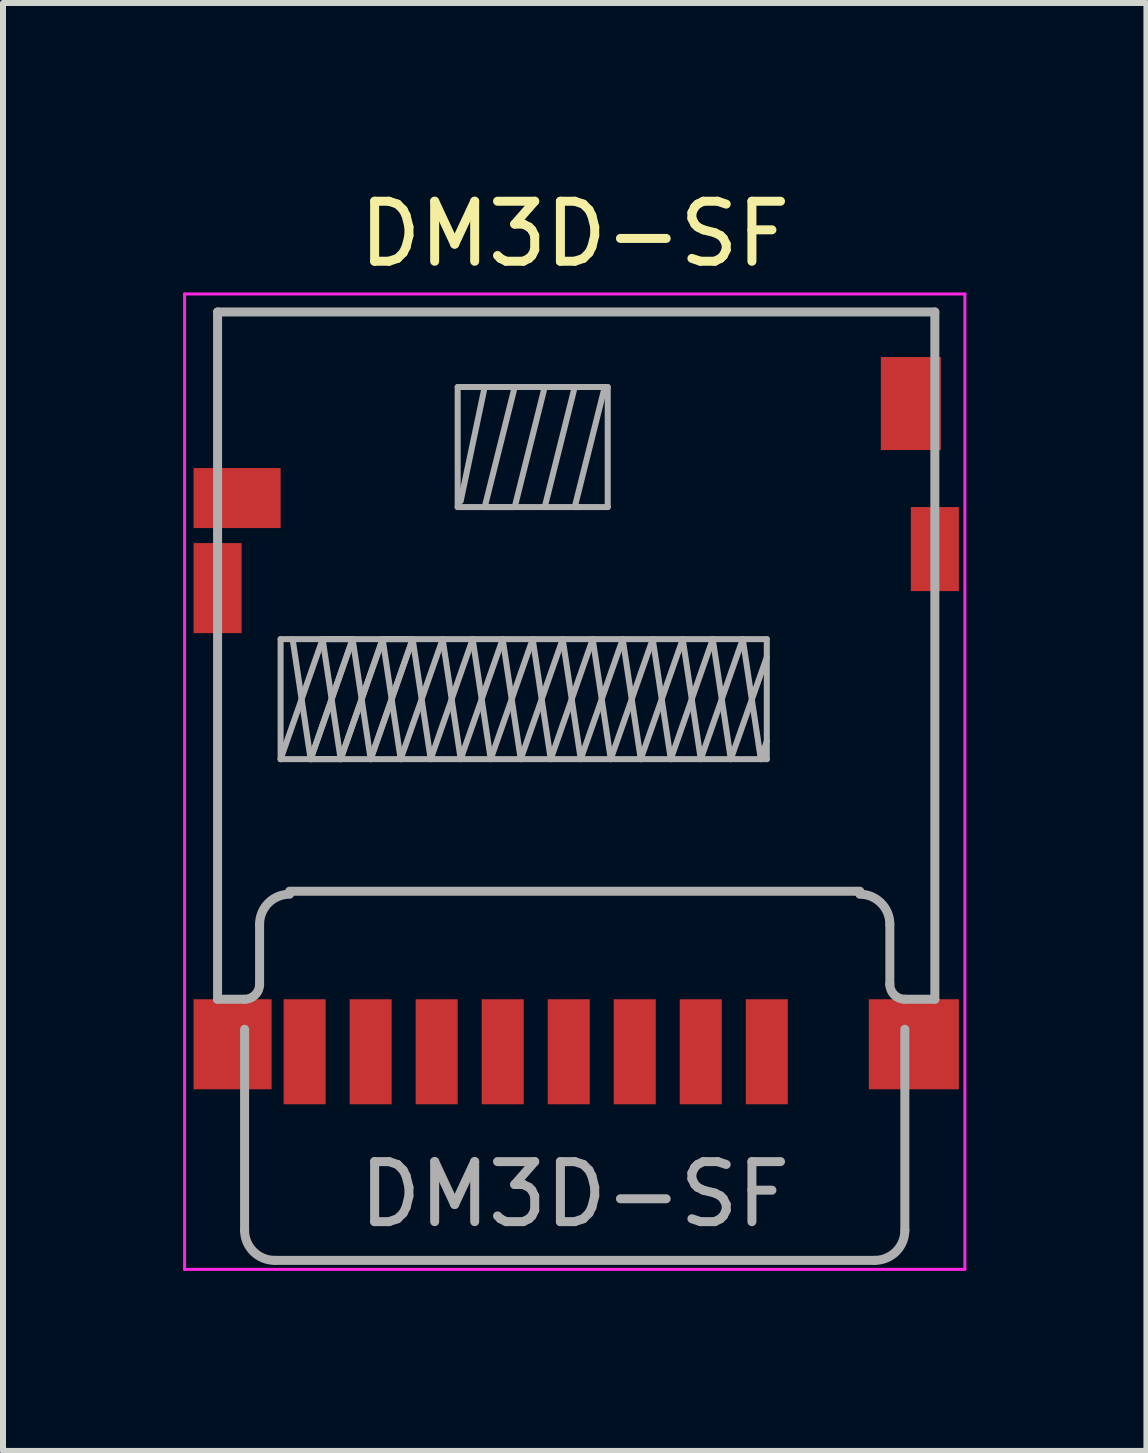
<source format=kicad_pcb>
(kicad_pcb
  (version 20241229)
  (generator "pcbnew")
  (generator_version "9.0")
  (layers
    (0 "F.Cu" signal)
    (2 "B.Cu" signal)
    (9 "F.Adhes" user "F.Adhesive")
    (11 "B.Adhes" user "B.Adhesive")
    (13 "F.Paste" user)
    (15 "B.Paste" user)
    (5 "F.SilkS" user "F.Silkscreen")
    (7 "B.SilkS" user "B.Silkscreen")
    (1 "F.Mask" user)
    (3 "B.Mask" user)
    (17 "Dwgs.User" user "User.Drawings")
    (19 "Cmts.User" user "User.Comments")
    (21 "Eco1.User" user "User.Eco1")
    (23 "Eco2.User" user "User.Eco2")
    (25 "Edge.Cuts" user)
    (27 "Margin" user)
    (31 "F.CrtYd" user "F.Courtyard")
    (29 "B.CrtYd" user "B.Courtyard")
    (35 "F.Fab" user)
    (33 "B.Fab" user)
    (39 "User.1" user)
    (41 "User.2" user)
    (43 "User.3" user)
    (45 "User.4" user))
  (footprint "DM3D-SF"
    (layer "F.Cu")
    (at 6.525 13.598)
    (property "Reference" "DM3D-SF" (at 0 -12.75 0) (layer "F.SilkS") (effects (font (size 1 1) (thickness 0.15))))
    (attr smd)
    (fp_line (start -6.5 -11.75) (end 6.5 -11.75) (stroke (width 0.05) (type solid)) (layer "F.CrtYd"))
    (fp_line (start -6.5 4.5) (end -6.5 -11.75) (stroke (width 0.05) (type solid)) (layer "F.CrtYd"))
    (fp_line (start 6.5 -11.75) (end 6.5 4.5) (stroke (width 0.05) (type solid)) (layer "F.CrtYd"))
    (fp_line (start 6.5 4.5) (end -6.5 4.5) (stroke (width 0.05) (type solid)) (layer "F.CrtYd"))
    (fp_line (start -5.95 -11.45) (end 6 -11.45) (stroke (width 0.15) (type solid)) (layer "F.Fab"))
    (fp_line (start -5.95 0) (end -5.95 -11.45) (stroke (width 0.15) (type solid)) (layer "F.Fab"))
    (fp_line (start -5.95 0) (end -5.5 0) (stroke (width 0.15) (type solid)) (layer "F.Fab"))
    (fp_line (start -5.5 0.5) (end -5.5 3.85) (stroke (width 0.15) (type solid)) (layer "F.Fab"))
    (fp_line (start -5.25 -0.25) (end -5.25 -1.25) (stroke (width 0.15) (type solid)) (layer "F.Fab"))
    (fp_line (start -5 4.35) (end 5 4.35) (stroke (width 0.15) (type solid)) (layer "F.Fab"))
    (fp_line (start -4.9 -6) (end -4.9 -4) (stroke (width 0.1) (type solid)) (layer "F.Fab"))
    (fp_line (start -4.9 -6) (end 3.2 -6) (stroke (width 0.1) (type solid)) (layer "F.Fab"))
    (fp_line (start -4.9 -4) (end -4.2 -6) (stroke (width 0.1) (type solid)) (layer "F.Fab"))
    (fp_line (start -4.9 -4) (end 3.2 -4) (stroke (width 0.1) (type solid)) (layer "F.Fab"))
    (fp_line (start -4.75 -1.8) (end 4.75 -1.8) (stroke (width 0.15) (type solid)) (layer "F.Fab"))
    (fp_line (start -4.7 -6) (end -4.4 -4) (stroke (width 0.1) (type solid)) (layer "F.Fab"))
    (fp_line (start -4.4 -4) (end -3.9 -4) (stroke (width 0.1) (type solid)) (layer "F.Fab"))
    (fp_line (start -4.4 -4) (end -3.7 -6) (stroke (width 0.1) (type solid)) (layer "F.Fab"))
    (fp_line (start -4.2 -6) (end -3.9 -4) (stroke (width 0.1) (type solid)) (layer "F.Fab"))
    (fp_line (start -4.2 -6) (end -3.7 -6) (stroke (width 0.1) (type solid)) (layer "F.Fab"))
    (fp_line (start -3.9 -4) (end -3.2 -6) (stroke (width 0.1) (type solid)) (layer "F.Fab"))
    (fp_line (start -3.9 -4) (end -3.2 -6) (stroke (width 0.1) (type solid)) (layer "F.Fab"))
    (fp_line (start -3.7 -6) (end -4.4 -4) (stroke (width 0.1) (type solid)) (layer "F.Fab"))
    (fp_line (start -3.7 -6) (end -3.4 -4) (stroke (width 0.1) (type solid)) (layer "F.Fab"))
    (fp_line (start -3.4 -4) (end -2.7 -6) (stroke (width 0.1) (type solid)) (layer "F.Fab"))
    (fp_line (start -3.2 -6) (end -2.9 -4) (stroke (width 0.1) (type solid)) (layer "F.Fab"))
    (fp_line (start -3.2 -6) (end -2.7 -6) (stroke (width 0.1) (type solid)) (layer "F.Fab"))
    (fp_line (start -2.9 -4) (end -2.2 -6) (stroke (width 0.1) (type solid)) (layer "F.Fab"))
    (fp_line (start -2.7 -6) (end -3.4 -4) (stroke (width 0.1) (type solid)) (layer "F.Fab"))
    (fp_line (start -2.7 -6) (end -2.4 -4) (stroke (width 0.1) (type solid)) (layer "F.Fab"))
    (fp_line (start -2.4 -4) (end -1.7 -6) (stroke (width 0.1) (type solid)) (layer "F.Fab"))
    (fp_line (start -2.2 -6) (end -1.9 -4) (stroke (width 0.1) (type solid)) (layer "F.Fab"))
    (fp_line (start -1.95 -10.2) (end -1.95 -8.2) (stroke (width 0.1) (type solid)) (layer "F.Fab"))
    (fp_line (start -1.9 -8.3) (end -1.5 -10.2) (stroke (width 0.1) (type solid)) (layer "F.Fab"))
    (fp_line (start -1.9 -4) (end -1.2 -6) (stroke (width 0.1) (type solid)) (layer "F.Fab"))
    (fp_line (start -1.7 -6) (end -1.4 -4) (stroke (width 0.1) (type solid)) (layer "F.Fab"))
    (fp_line (start -1.5 -10.2) (end -1 -10.2) (stroke (width 0.1) (type solid)) (layer "F.Fab"))
    (fp_line (start -1.5 -8.2) (end -1 -8.2) (stroke (width 0.1) (type solid)) (layer "F.Fab"))
    (fp_line (start -1.4 -4) (end -0.7 -6) (stroke (width 0.1) (type solid)) (layer "F.Fab"))
    (fp_line (start -1.2 -6) (end -0.9 -4) (stroke (width 0.1) (type solid)) (layer "F.Fab"))
    (fp_line (start -1 -10.2) (end -1.5 -8.2) (stroke (width 0.1) (type solid)) (layer "F.Fab"))
    (fp_line (start -1 -8.2) (end -0.5 -10.2) (stroke (width 0.1) (type solid)) (layer "F.Fab"))
    (fp_line (start -0.9 -4) (end -0.2 -6) (stroke (width 0.1) (type solid)) (layer "F.Fab"))
    (fp_line (start -0.7 -6) (end -0.4 -4) (stroke (width 0.1) (type solid)) (layer "F.Fab"))
    (fp_line (start -0.5 -10.2) (end 0 -10.2) (stroke (width 0.1) (type solid)) (layer "F.Fab"))
    (fp_line (start -0.4 -4) (end 0.3 -6) (stroke (width 0.1) (type solid)) (layer "F.Fab"))
    (fp_line (start -0.2 -6) (end 0.1 -4) (stroke (width 0.1) (type solid)) (layer "F.Fab"))
    (fp_line (start 0 -10.2) (end -0.5 -8.2) (stroke (width 0.1) (type solid)) (layer "F.Fab"))
    (fp_line (start 0 -8.2) (end 0.5 -10.2) (stroke (width 0.1) (type solid)) (layer "F.Fab"))
    (fp_line (start 0.1 -8.2) (end 0 -8.2) (stroke (width 0.1) (type solid)) (layer "F.Fab"))
    (fp_line (start 0.1 -4) (end 0.8 -6) (stroke (width 0.1) (type solid)) (layer "F.Fab"))
    (fp_line (start 0.3 -6) (end 0.6 -4) (stroke (width 0.1) (type solid)) (layer "F.Fab"))
    (fp_line (start 0.55 -10.2) (end -1.95 -10.2) (stroke (width 0.1) (type solid)) (layer "F.Fab"))
    (fp_line (start 0.55 -8.2) (end -1.95 -8.2) (stroke (width 0.1) (type solid)) (layer "F.Fab"))
    (fp_line (start 0.55 -8.2) (end 0.55 -10.2) (stroke (width 0.1) (type solid)) (layer "F.Fab"))
    (fp_line (start 0.6 -4) (end 1.3 -6) (stroke (width 0.1) (type solid)) (layer "F.Fab"))
    (fp_line (start 0.8 -6) (end 1.1 -4) (stroke (width 0.1) (type solid)) (layer "F.Fab"))
    (fp_line (start 1.1 -4) (end 1.8 -6) (stroke (width 0.1) (type solid)) (layer "F.Fab"))
    (fp_line (start 1.3 -6) (end 1.6 -4) (stroke (width 0.1) (type solid)) (layer "F.Fab"))
    (fp_line (start 1.6 -4) (end 2.3 -6) (stroke (width 0.1) (type solid)) (layer "F.Fab"))
    (fp_line (start 1.8 -6) (end 2.1 -4) (stroke (width 0.1) (type solid)) (layer "F.Fab"))
    (fp_line (start 2.1 -4) (end 2.8 -6) (stroke (width 0.1) (type solid)) (layer "F.Fab"))
    (fp_line (start 2.3 -6) (end 2.6 -4) (stroke (width 0.1) (type solid)) (layer "F.Fab"))
    (fp_line (start 2.6 -4) (end 3.2 -5.7) (stroke (width 0.1) (type solid)) (layer "F.Fab"))
    (fp_line (start 2.8 -6) (end 3.1 -4) (stroke (width 0.1) (type solid)) (layer "F.Fab"))
    (fp_line (start 3.1 -4) (end 3.2 -4.3) (stroke (width 0.1) (type solid)) (layer "F.Fab"))
    (fp_line (start 3.2 -4) (end 3.2 -6) (stroke (width 0.1) (type solid)) (layer "F.Fab"))
    (fp_line (start 5.25 -0.25) (end 5.25 -1.25) (stroke (width 0.15) (type solid)) (layer "F.Fab"))
    (fp_line (start 5.5 0) (end 6 0) (stroke (width 0.15) (type solid)) (layer "F.Fab"))
    (fp_line (start 5.5 3.85) (end 5.5 0.5) (stroke (width 0.15) (type solid)) (layer "F.Fab"))
    (fp_line (start 6 0) (end 6 -11.45) (stroke (width 0.15) (type solid)) (layer "F.Fab"))
    (fp_arc (start -5.25 -1.25) (mid -5.103553 -1.603553) (end -4.75 -1.75) (stroke (width 0.15) (type solid)) (layer "F.Fab"))
    (fp_arc (start -5.25 -0.25) (mid -5.323223 -0.073223) (end -5.5 0) (stroke (width 0.15) (type solid)) (layer "F.Fab"))
    (fp_arc (start -5 4.35) (mid -5.353553 4.203553) (end -5.5 3.85) (stroke (width 0.15) (type solid)) (layer "F.Fab"))
    (fp_arc (start 4.75 -1.75) (mid 5.103553 -1.603553) (end 5.25 -1.25) (stroke (width 0.15) (type solid)) (layer "F.Fab"))
    (fp_arc (start 5.5 0) (mid 5.323223 -0.073223) (end 5.25 -0.25) (stroke (width 0.15) (type solid)) (layer "F.Fab"))
    (fp_arc (start 5.5 3.85) (mid 5.353553 4.203553) (end 5 4.35) (stroke (width 0.15) (type solid)) (layer "F.Fab"))
    (fp_text user "${REFERENCE}" (at 0 3.25 0) (layer "F.Fab") (effects (font (size 1 1) (thickness 0.15))))
    (pad "1" smd rect (at 3.2 0.875) (size 0.7 1.75) (layers "F.Cu" "F.Mask" "F.Paste"))
    (pad "2" smd rect (at 2.1 0.875) (size 0.7 1.75) (layers "F.Cu" "F.Mask" "F.Paste"))
    (pad "3" smd rect (at 1 0.875) (size 0.7 1.75) (layers "F.Cu" "F.Mask" "F.Paste"))
    (pad "4" smd rect (at -0.1 0.875) (size 0.7 1.75) (layers "F.Cu" "F.Mask" "F.Paste"))
    (pad "5" smd rect (at -1.2 0.875) (size 0.7 1.75) (layers "F.Cu" "F.Mask" "F.Paste"))
    (pad "6" smd rect (at -2.3 0.875) (size 0.7 1.75) (layers "F.Cu" "F.Mask" "F.Paste"))
    (pad "7" smd rect (at -3.4 0.875) (size 0.7 1.75) (layers "F.Cu" "F.Mask" "F.Paste"))
    (pad "8" smd rect (at -4.5 0.875) (size 0.7 1.75) (layers "F.Cu" "F.Mask" "F.Paste"))
    (pad "A" smd rect (at 5.6 -9.925) (size 1 1.55) (layers "F.Cu" "F.Mask" "F.Paste"))
    (pad "B" smd rect (at -5.625 -8.35) (size 1.45 1) (layers "F.Cu" "F.Mask" "F.Paste"))
    (pad "SHIE" smd rect (at -5.95 -6.85) (size 0.8 1.5) (layers "F.Cu" "F.Mask" "F.Paste"))
    (pad "SHIE" smd rect (at -5.7 0.75) (size 1.3 1.5) (layers "F.Cu" "F.Mask" "F.Paste"))
    (pad "SHIE" smd rect (at 5.65 0.75) (size 1.5 1.5) (layers "F.Cu" "F.Mask" "F.Paste"))
    (pad "SHIE" smd rect (at 6 -7.5) (size 0.8 1.4) (layers "F.Cu" "F.Mask" "F.Paste")))
  (gr_rect
    (start -3 -3)
    (end 16.05 21.123)
    (stroke (width 0.1) (type default))
    (fill no)
    (layer "Edge.Cuts")))
</source>
